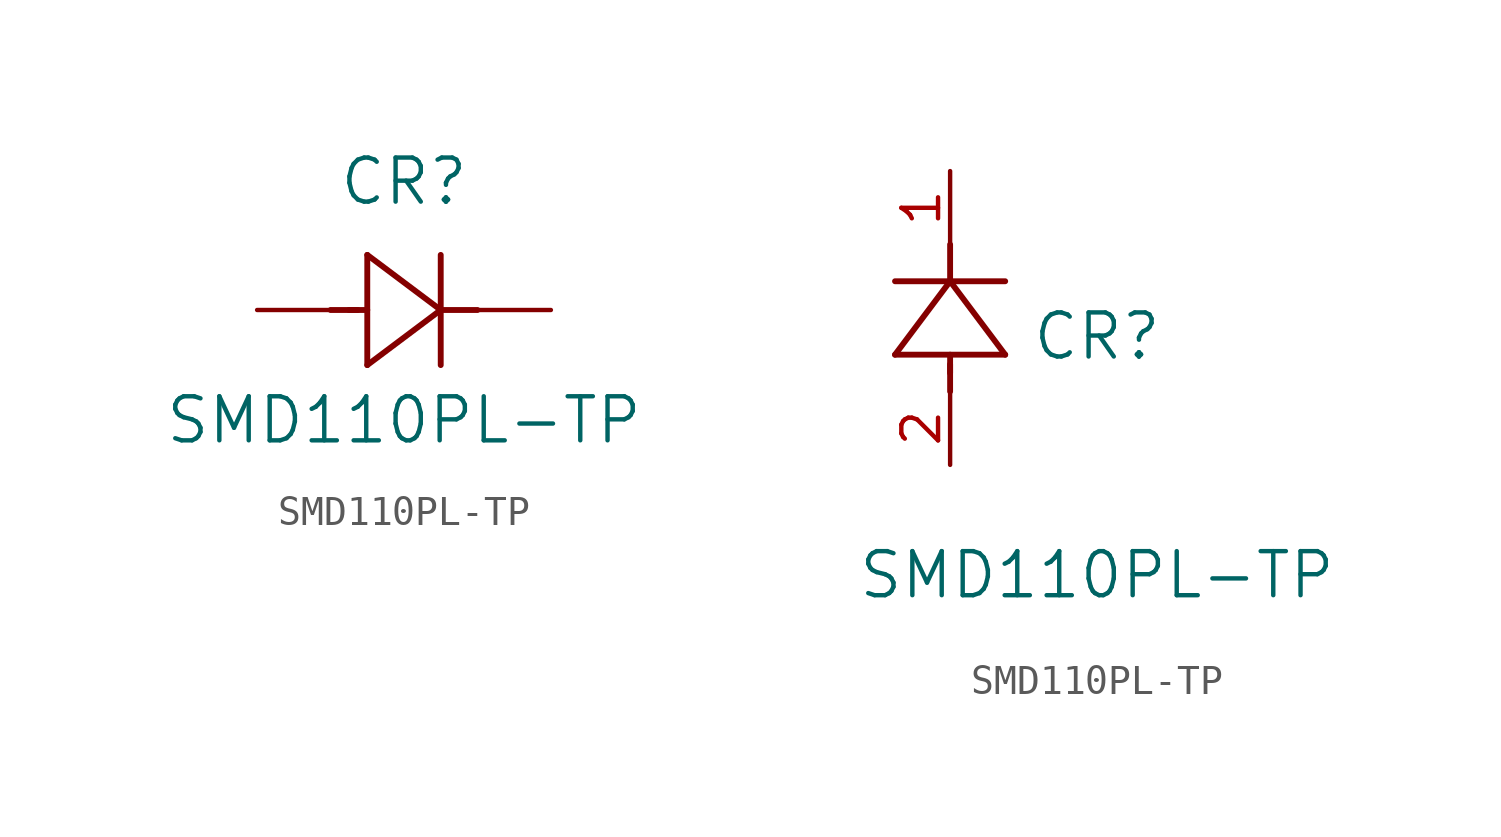
<source format=kicad_sym>
(kicad_symbol_lib
  (version 20220914)
  (generator kicad_symbol_editor)
  (symbol "SMD110PL-TP"
    (pin_names
      (offset 0.254))
    (property "Reference" "CR"
      (at 5.08 4.445 0)
      (effects (font (size 1.524 1.524))))
    (property "Value" "SMD110PL-TP"
      (at 5.08 -3.81 0)
      (effects (font (size 1.524 1.524))))
    (property "ki_locked" ""
      (at 0 0 0)
      (effects (font (size 1.27 1.27))))
    (symbol "SMD110PL-TP_1_1"
      (polyline (pts (xy 2.54 0) (xy 3.48 0)) (stroke (width 0.203) (type default)) (fill (type none)))
      (polyline (pts (xy 3.175 0) (xy 3.81 0)) (stroke (width 0.203) (type default)) (fill (type none)))
      (polyline (pts (xy 3.81 -1.905) (xy 6.35 0)) (stroke (width 0.203) (type default)) (fill (type none)))
      (polyline (pts (xy 3.81 1.905) (xy 3.81 -1.905)) (stroke (width 0.203) (type default)) (fill (type none)))
      (polyline (pts (xy 6.35 -1.905) (xy 6.35 1.905)) (stroke (width 0.203) (type default)) (fill (type none)))
      (polyline (pts (xy 6.35 0) (xy 3.81 1.905)) (stroke (width 0.203) (type default)) (fill (type none)))
      (polyline (pts (xy 6.35 0) (xy 7.62 0)) (stroke (width 0.203) (type default)) (fill (type none)))
      (pin unspecified line (at 0 0 0) (length 2.54) (name "" (effects (font (size 1.27 1.27)))) (number "" (effects (font (size 1.27 1.27)))))
      (pin unspecified line (at 10.16 0 180) (length 2.54) (name "" (effects (font (size 1.27 1.27)))) (number "" (effects (font (size 1.27 1.27))))))
    (symbol "SMD110PL-TP_1_2"
      (polyline (pts (xy -1.905 3.81) (xy 1.905 3.81)) (stroke (width 0.203) (type default)) (fill (type none)))
      (polyline (pts (xy 0 2.54) (xy 0 3.48)) (stroke (width 0.203) (type default)) (fill (type none)))
      (polyline (pts (xy 0 3.175) (xy 0 3.81)) (stroke (width 0.203) (type default)) (fill (type none)))
      (polyline (pts (xy 0 6.35) (xy -1.905 3.81)) (stroke (width 0.203) (type default)) (fill (type none)))
      (polyline (pts (xy 0 6.35) (xy 0 7.62)) (stroke (width 0.203) (type default)) (fill (type none)))
      (polyline (pts (xy 1.905 3.81) (xy 0 6.35)) (stroke (width 0.203) (type default)) (fill (type none)))
      (polyline (pts (xy 1.905 6.35) (xy -1.905 6.35)) (stroke (width 0.203) (type default)) (fill (type none)))
      (pin unspecified line (at 0 10.16 270) (length 2.54) (name "" (effects (font (size 1.27 1.27)))) (number "1" (effects (font (size 1.27 1.27)))))
      (pin unspecified line (at 0 0 90) (length 2.54) (name "" (effects (font (size 1.27 1.27)))) (number "2" (effects (font (size 1.27 1.27))))))))
</source>
